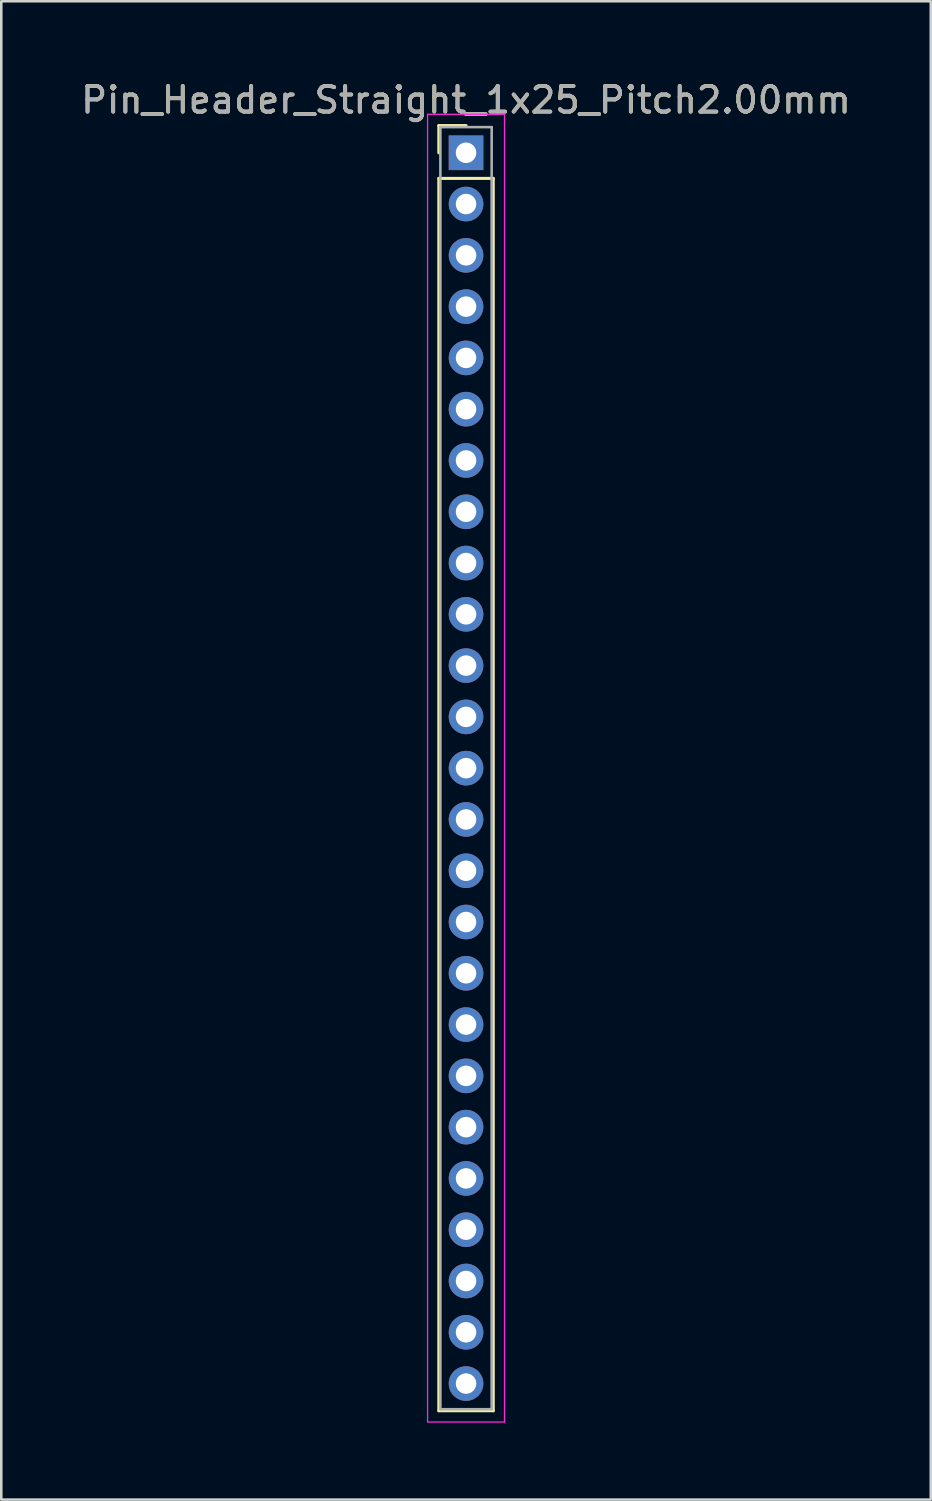
<source format=kicad_pcb>
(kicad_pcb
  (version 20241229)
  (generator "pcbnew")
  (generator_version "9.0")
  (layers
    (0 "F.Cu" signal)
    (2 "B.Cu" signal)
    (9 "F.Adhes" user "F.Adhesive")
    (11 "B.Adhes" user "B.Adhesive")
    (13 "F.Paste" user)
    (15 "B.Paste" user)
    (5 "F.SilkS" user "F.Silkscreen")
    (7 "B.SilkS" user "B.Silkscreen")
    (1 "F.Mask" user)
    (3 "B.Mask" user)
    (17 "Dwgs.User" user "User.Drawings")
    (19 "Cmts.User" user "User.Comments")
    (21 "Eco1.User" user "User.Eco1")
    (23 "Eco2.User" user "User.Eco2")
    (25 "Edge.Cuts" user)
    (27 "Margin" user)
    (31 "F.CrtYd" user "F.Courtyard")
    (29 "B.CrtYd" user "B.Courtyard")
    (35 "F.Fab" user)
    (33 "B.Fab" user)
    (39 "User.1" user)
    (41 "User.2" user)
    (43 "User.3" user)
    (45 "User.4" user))
  (footprint "Pin_Header_Straight_1x25_Pitch2.00mm"
    (layer "F.Cu")
    (at 15.125 2.908)
    (property "Reference" "Pin_Header_Straight_1x25_Pitch2.00mm" (at 0 -2.06 0) (layer "F.SilkS") (effects (font (size 1 1) (thickness 0.15))))
    (attr through_hole)
    (fp_line (start -1.06 -1.06) (end 0 -1.06) (stroke (width 0.12) (type solid)) (layer "F.SilkS"))
    (fp_line (start -1.06 0) (end -1.06 -1.06) (stroke (width 0.12) (type solid)) (layer "F.SilkS"))
    (fp_line (start -1.06 1) (end -1.06 49.06) (stroke (width 0.12) (type solid)) (layer "F.SilkS"))
    (fp_line (start -1.06 49.06) (end 1.06 49.06) (stroke (width 0.12) (type solid)) (layer "F.SilkS"))
    (fp_line (start 1.06 1) (end -1.06 1) (stroke (width 0.12) (type solid)) (layer "F.SilkS"))
    (fp_line (start 1.06 49.06) (end 1.06 1) (stroke (width 0.12) (type solid)) (layer "F.SilkS"))
    (fp_line (start -1.5 -1.5) (end -1.5 49.5) (stroke (width 0.05) (type solid)) (layer "F.CrtYd"))
    (fp_line (start -1.5 49.5) (end 1.5 49.5) (stroke (width 0.05) (type solid)) (layer "F.CrtYd"))
    (fp_line (start 1.5 -1.5) (end -1.5 -1.5) (stroke (width 0.05) (type solid)) (layer "F.CrtYd"))
    (fp_line (start 1.5 49.5) (end 1.5 -1.5) (stroke (width 0.05) (type solid)) (layer "F.CrtYd"))
    (fp_line (start -1 -1) (end -1 49) (stroke (width 0.1) (type solid)) (layer "F.Fab"))
    (fp_line (start -1 49) (end 1 49) (stroke (width 0.1) (type solid)) (layer "F.Fab"))
    (fp_line (start 1 -1) (end -1 -1) (stroke (width 0.1) (type solid)) (layer "F.Fab"))
    (fp_line (start 1 49) (end 1 -1) (stroke (width 0.1) (type solid)) (layer "F.Fab"))
    (fp_text user "${REFERENCE}" (at 0 -2.06 0) (layer "F.Fab") (effects (font (size 1 1) (thickness 0.15))))
    (pad "1" thru_hole rect (at 0 0) (size 1.35 1.35) (drill 0.8) (layers "*.Cu" "*.Mask"))
    (pad "2" thru_hole oval (at 0 2) (size 1.35 1.35) (drill 0.8) (layers "*.Cu" "*.Mask"))
    (pad "3" thru_hole oval (at 0 4) (size 1.35 1.35) (drill 0.8) (layers "*.Cu" "*.Mask"))
    (pad "4" thru_hole oval (at 0 6) (size 1.35 1.35) (drill 0.8) (layers "*.Cu" "*.Mask"))
    (pad "5" thru_hole oval (at 0 8) (size 1.35 1.35) (drill 0.8) (layers "*.Cu" "*.Mask"))
    (pad "6" thru_hole oval (at 0 10) (size 1.35 1.35) (drill 0.8) (layers "*.Cu" "*.Mask"))
    (pad "7" thru_hole oval (at 0 12) (size 1.35 1.35) (drill 0.8) (layers "*.Cu" "*.Mask"))
    (pad "8" thru_hole oval (at 0 14) (size 1.35 1.35) (drill 0.8) (layers "*.Cu" "*.Mask"))
    (pad "9" thru_hole oval (at 0 16) (size 1.35 1.35) (drill 0.8) (layers "*.Cu" "*.Mask"))
    (pad "10" thru_hole oval (at 0 18) (size 1.35 1.35) (drill 0.8) (layers "*.Cu" "*.Mask"))
    (pad "11" thru_hole oval (at 0 20) (size 1.35 1.35) (drill 0.8) (layers "*.Cu" "*.Mask"))
    (pad "12" thru_hole oval (at 0 22) (size 1.35 1.35) (drill 0.8) (layers "*.Cu" "*.Mask"))
    (pad "13" thru_hole oval (at 0 24) (size 1.35 1.35) (drill 0.8) (layers "*.Cu" "*.Mask"))
    (pad "14" thru_hole oval (at 0 26) (size 1.35 1.35) (drill 0.8) (layers "*.Cu" "*.Mask"))
    (pad "15" thru_hole oval (at 0 28) (size 1.35 1.35) (drill 0.8) (layers "*.Cu" "*.Mask"))
    (pad "16" thru_hole oval (at 0 30) (size 1.35 1.35) (drill 0.8) (layers "*.Cu" "*.Mask"))
    (pad "17" thru_hole oval (at 0 32) (size 1.35 1.35) (drill 0.8) (layers "*.Cu" "*.Mask"))
    (pad "18" thru_hole oval (at 0 34) (size 1.35 1.35) (drill 0.8) (layers "*.Cu" "*.Mask"))
    (pad "19" thru_hole oval (at 0 36) (size 1.35 1.35) (drill 0.8) (layers "*.Cu" "*.Mask"))
    (pad "20" thru_hole oval (at 0 38) (size 1.35 1.35) (drill 0.8) (layers "*.Cu" "*.Mask"))
    (pad "21" thru_hole oval (at 0 40) (size 1.35 1.35) (drill 0.8) (layers "*.Cu" "*.Mask"))
    (pad "22" thru_hole oval (at 0 42) (size 1.35 1.35) (drill 0.8) (layers "*.Cu" "*.Mask"))
    (pad "23" thru_hole oval (at 0 44) (size 1.35 1.35) (drill 0.8) (layers "*.Cu" "*.Mask"))
    (pad "24" thru_hole oval (at 0 46) (size 1.35 1.35) (drill 0.8) (layers "*.Cu" "*.Mask"))
    (pad "25" thru_hole oval (at 0 48) (size 1.35 1.35) (drill 0.8) (layers "*.Cu" "*.Mask")))
  (gr_rect
    (start -3 -3)
    (end 33.25 55.433)
    (stroke (width 0.1) (type default))
    (fill no)
    (layer "Edge.Cuts")))
</source>
